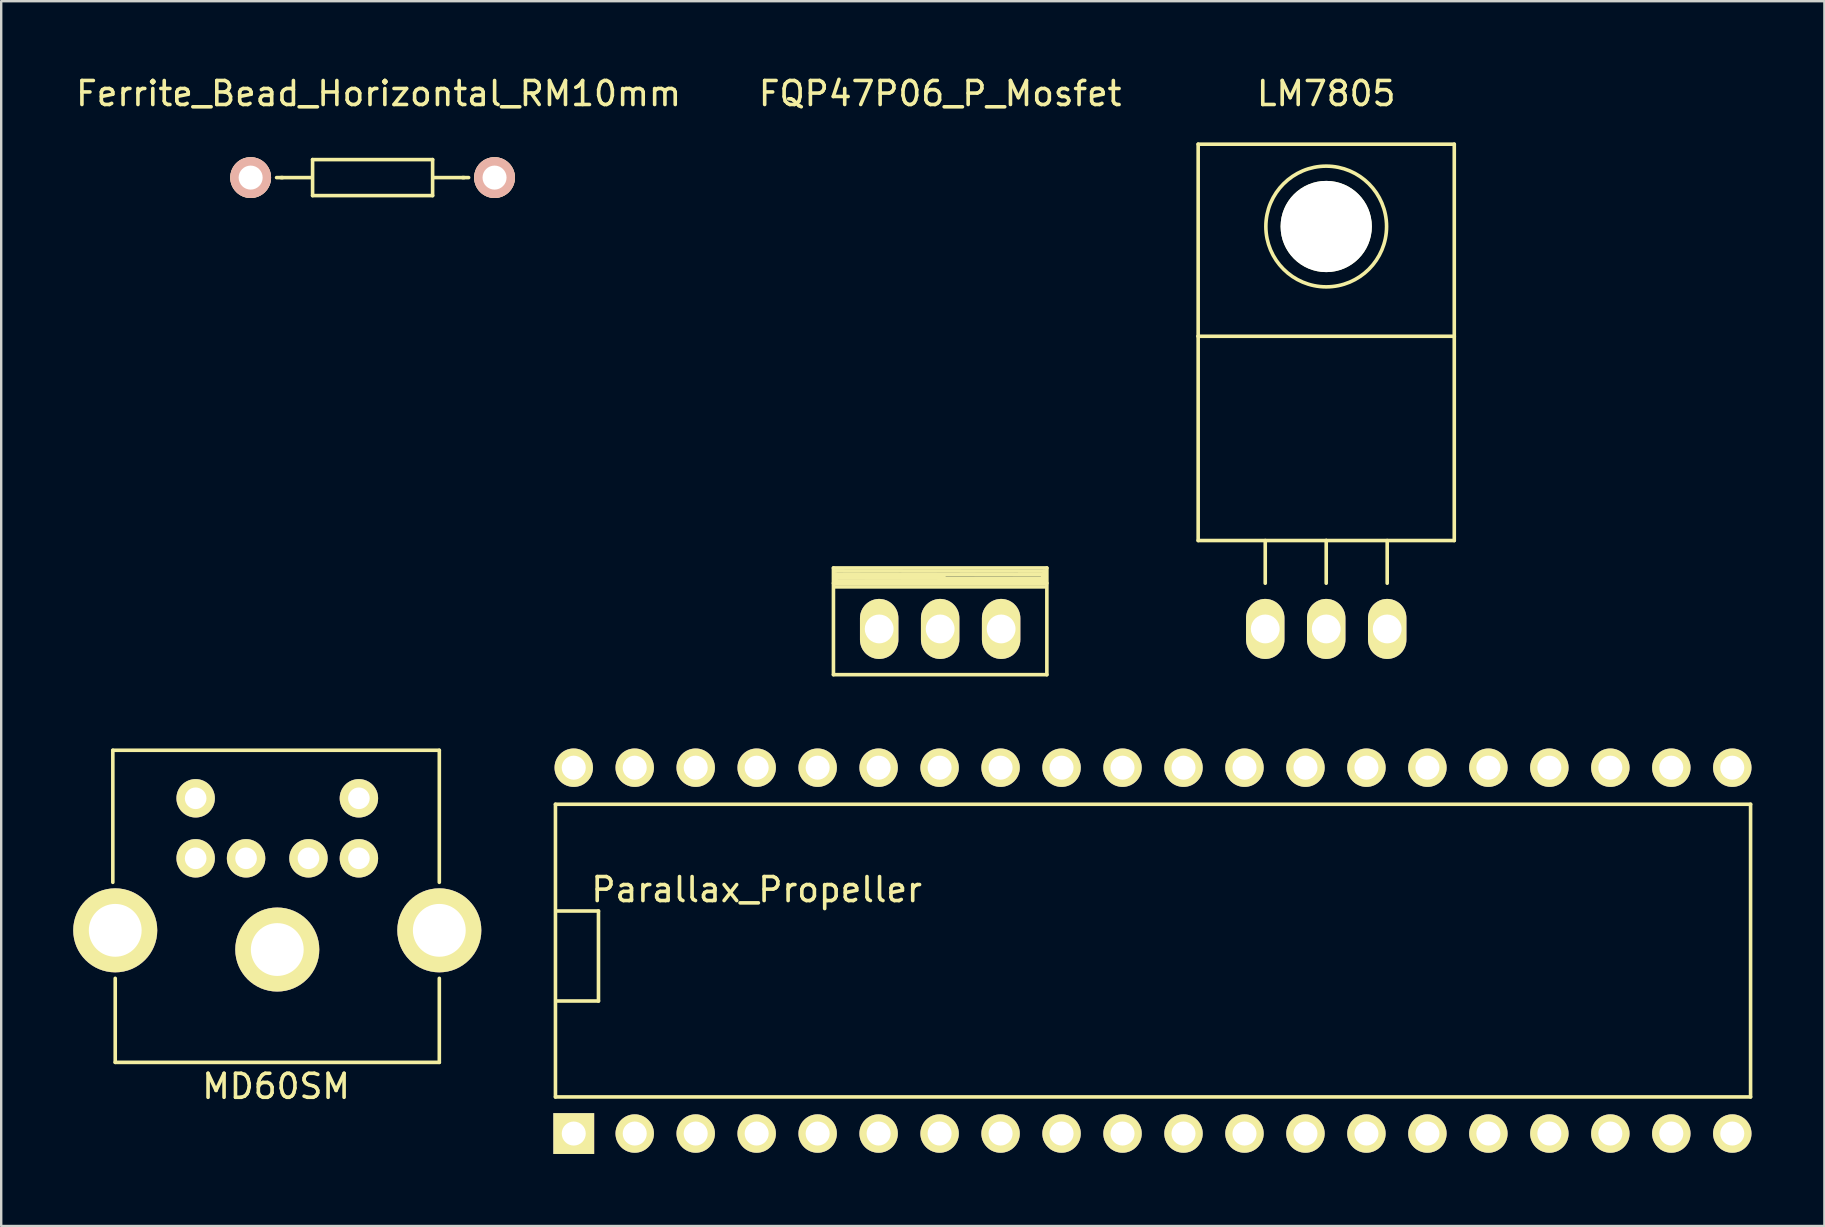
<source format=kicad_pcb>
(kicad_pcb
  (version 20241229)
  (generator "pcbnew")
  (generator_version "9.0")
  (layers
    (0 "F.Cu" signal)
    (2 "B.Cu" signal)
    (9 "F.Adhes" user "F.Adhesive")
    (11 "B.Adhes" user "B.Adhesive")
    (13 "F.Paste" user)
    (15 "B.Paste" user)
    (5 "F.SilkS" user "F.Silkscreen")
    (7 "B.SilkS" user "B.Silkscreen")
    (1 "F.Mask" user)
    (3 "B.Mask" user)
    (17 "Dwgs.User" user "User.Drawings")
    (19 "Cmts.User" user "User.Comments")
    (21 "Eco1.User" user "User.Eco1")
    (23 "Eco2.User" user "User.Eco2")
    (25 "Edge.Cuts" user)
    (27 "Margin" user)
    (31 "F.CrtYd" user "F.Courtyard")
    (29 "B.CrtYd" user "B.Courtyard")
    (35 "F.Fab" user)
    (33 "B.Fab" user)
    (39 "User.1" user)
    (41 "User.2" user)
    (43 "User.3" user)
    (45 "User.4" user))
  (footprint "Ferrite_Bead_Horizontal_RM10mm"
    (layer "F.Cu")
    (at 12.471 4.348)
    (property "Reference" "Ferrite_Bead_Horizontal_RM10mm" (at 0.249 -3.5 0) (layer "F.SilkS") (effects (font (size 1 1) (thickness 0.15))))
    (attr through_hole)
    (fp_line (start -3.75 0) (end -4 0) (stroke (width 0.15) (type solid)) (layer "F.SilkS"))
    (fp_line (start -2.54 0) (end -3.81 0) (stroke (width 0.15) (type solid)) (layer "F.SilkS"))
    (fp_line (start -2.5 -0.75) (end -2.5 0.75) (stroke (width 0.15) (type solid)) (layer "F.SilkS"))
    (fp_line (start -2.5 0.75) (end 2.5 0.75) (stroke (width 0.15) (type solid)) (layer "F.SilkS"))
    (fp_line (start 2.5 -0.75) (end -2.5 -0.75) (stroke (width 0.15) (type solid)) (layer "F.SilkS"))
    (fp_line (start 2.5 0.75) (end 2.5 -0.75) (stroke (width 0.15) (type solid)) (layer "F.SilkS"))
    (fp_line (start 2.54 0) (end 3.81 0) (stroke (width 0.15) (type solid)) (layer "F.SilkS"))
    (fp_line (start 3.75 0) (end 4 0) (stroke (width 0.15) (type solid)) (layer "F.SilkS"))
    (pad "1" thru_hole circle (at -5.08 0) (size 1.7 1.7) (drill 1) (layers "*.Cu" "*.SilkS" "*.Mask"))
    (pad "2" thru_hole circle (at 5.08 0) (size 1.7 1.7) (drill 1) (layers "*.Cu" "*.SilkS" "*.Mask")))
  (footprint "MD60SM"
    (layer "F.Cu")
    (at 8.45 35.704)
    (property "Reference" "MD60SM" (at 0 6.5 0) (layer "F.SilkS") (effects (font (size 1 1) (thickness 0.15))))
    (attr through_hole)
    (fp_line (start -6.8 -7.5) (end 6.8 -7.5) (stroke (width 0.15) (type solid)) (layer "F.SilkS"))
    (fp_line (start -6.8 -2) (end -6.8 -7.5) (stroke (width 0.15) (type solid)) (layer "F.SilkS"))
    (fp_line (start -6.7 5.5) (end -6.7 2) (stroke (width 0.15) (type solid)) (layer "F.SilkS"))
    (fp_line (start -6.7 5.5) (end 6.8 5.5) (stroke (width 0.15) (type solid)) (layer "F.SilkS"))
    (fp_line (start 6.8 -2) (end 6.8 -7.5) (stroke (width 0.15) (type solid)) (layer "F.SilkS"))
    (fp_line (start 6.8 5.5) (end 6.8 2) (stroke (width 0.15) (type solid)) (layer "F.SilkS"))
    (pad "" thru_hole circle (at -6.7 0) (size 3.5 3.5) (drill 2.2) (layers "*.Cu" "*.Mask" "F.SilkS"))
    (pad "" thru_hole circle (at 0.05 0.8) (size 3.5 3.5) (drill 2.2) (layers "*.Cu" "*.Mask" "F.SilkS"))
    (pad "" thru_hole circle (at 6.8 0) (size 3.5 3.5) (drill 2.2) (layers "*.Cu" "*.Mask" "F.SilkS"))
    (pad "1" thru_hole circle (at 1.35 -3) (size 1.6 1.6) (drill 0.9) (layers "*.Cu" "*.Mask" "F.SilkS"))
    (pad "2" thru_hole circle (at -1.25 -3) (size 1.6 1.6) (drill 0.9) (layers "*.Cu" "*.Mask" "F.SilkS"))
    (pad "3" thru_hole circle (at 3.45 -3) (size 1.6 1.6) (drill 0.9) (layers "*.Cu" "*.Mask" "F.SilkS"))
    (pad "4" thru_hole circle (at -3.35 -3) (size 1.6 1.6) (drill 0.9) (layers "*.Cu" "*.Mask" "F.SilkS"))
    (pad "5" thru_hole circle (at 3.45 -5.5) (size 1.6 1.6) (drill 0.9) (layers "*.Cu" "*.Mask" "F.SilkS"))
    (pad "6" thru_hole circle (at -3.35 -5.5) (size 1.6 1.6) (drill 0.9) (layers "*.Cu" "*.Mask" "F.SilkS")))
  (footprint "FQP47P06_P_Mosfet"
    (layer "F.Cu")
    (at 36.113 23.149)
    (property "Reference" "FQP47P06_P_Mosfet" (at 0 -22.301 0) (layer "F.SilkS") (effects (font (size 1 1) (thickness 0.15))))
    (attr through_hole)
    (fp_line (start -4.445 -2.54) (end -4.445 1.905) (stroke (width 0.15) (type solid)) (layer "F.SilkS"))
    (fp_line (start -4.445 -1.905) (end 4.445 -1.905) (stroke (width 0.15) (type solid)) (layer "F.SilkS"))
    (fp_line (start -4.445 1.905) (end 4.445 1.905) (stroke (width 0.15) (type solid)) (layer "F.SilkS"))
    (fp_line (start -4.379 -1.753) (end 4.359 -1.753) (stroke (width 0.15) (type solid)) (layer "F.SilkS"))
    (fp_line (start -4.359 -2.418) (end 4.328 -2.408) (stroke (width 0.15) (type solid)) (layer "F.SilkS"))
    (fp_line (start -4.348 -2.286) (end 4.282 -2.271) (stroke (width 0.15) (type solid)) (layer "F.SilkS"))
    (fp_line (start -4.333 -1.996) (end -4.348 -2.286) (stroke (width 0.15) (type solid)) (layer "F.SilkS"))
    (fp_line (start -4.277 -2.215) (end 0.168 -2.225) (stroke (width 0.15) (type solid)) (layer "F.SilkS"))
    (fp_line (start 4.267 -2.118) (end -4.272 -2.118) (stroke (width 0.15) (type solid)) (layer "F.SilkS"))
    (fp_line (start 4.282 -2.271) (end 4.267 -2.118) (stroke (width 0.15) (type solid)) (layer "F.SilkS"))
    (fp_line (start 4.328 -2.408) (end 4.359 -2.012) (stroke (width 0.15) (type solid)) (layer "F.SilkS"))
    (fp_line (start 4.359 -2.012) (end -4.333 -1.996) (stroke (width 0.15) (type solid)) (layer "F.SilkS"))
    (fp_line (start 4.445 -2.54) (end -4.445 -2.54) (stroke (width 0.15) (type solid)) (layer "F.SilkS"))
    (fp_line (start 4.445 1.905) (end 4.445 -2.54) (stroke (width 0.15) (type solid)) (layer "F.SilkS"))
    (pad "1" thru_hole oval (at -2.54 0 90) (size 2.5 1.6) (drill 1.2) (layers "*.Cu" "*.Mask" "F.SilkS"))
    (pad "2" thru_hole oval (at 0 0 90) (size 2.5 1.6) (drill 1.2) (layers "*.Cu" "*.Mask" "F.SilkS"))
    (pad "3" thru_hole oval (at 2.54 0 90) (size 2.5 1.6) (drill 1.2) (layers "*.Cu" "*.Mask" "F.SilkS")))
  (footprint "Parallax_Propeller"
    (layer "F.Cu")
    (at 20.88 44.149)
    (property "Reference" "Parallax_Propeller" (at 7.59 -10.14 0) (layer "F.SilkS") (effects (font (size 1 1) (thickness 0.15))))
    (attr through_hole)
    (fp_line (start -0.792 -13.696) (end 48.992 -13.696) (stroke (width 0.15) (type solid)) (layer "F.SilkS"))
    (fp_line (start -0.792 -1.504) (end -0.792 -13.696) (stroke (width 0.15) (type solid)) (layer "F.SilkS"))
    (fp_line (start -0.75 -9.25) (end 1 -9.25) (stroke (width 0.15) (type solid)) (layer "F.SilkS"))
    (fp_line (start 1 -9.25) (end 1 -5.5) (stroke (width 0.15) (type solid)) (layer "F.SilkS"))
    (fp_line (start 1 -5.5) (end -0.75 -5.5) (stroke (width 0.15) (type solid)) (layer "F.SilkS"))
    (fp_line (start 48.992 -13.696) (end 48.992 -1.504) (stroke (width 0.15) (type solid)) (layer "F.SilkS"))
    (fp_line (start 48.992 -1.504) (end -0.792 -1.504) (stroke (width 0.15) (type solid)) (layer "F.SilkS"))
    (pad "1" thru_hole rect (at -0.03 0.02) (size 1.7 1.7) (drill 1) (layers "*.Cu" "*.Mask" "F.SilkS"))
    (pad "2" thru_hole circle (at 2.51 0.02) (size 1.6 1.6) (drill 1) (layers "*.Cu" "*.Mask" "F.SilkS"))
    (pad "3" thru_hole circle (at 5.05 0.02) (size 1.6 1.6) (drill 1) (layers "*.Cu" "*.Mask" "F.SilkS"))
    (pad "4" thru_hole circle (at 7.59 0.02) (size 1.6 1.6) (drill 1) (layers "*.Cu" "*.Mask" "F.SilkS"))
    (pad "5" thru_hole circle (at 10.13 0.02) (size 1.6 1.6) (drill 1) (layers "*.Cu" "*.Mask" "F.SilkS"))
    (pad "6" thru_hole circle (at 12.67 0.02) (size 1.6 1.6) (drill 1) (layers "*.Cu" "*.Mask" "F.SilkS"))
    (pad "7" thru_hole circle (at 15.21 0.02) (size 1.6 1.6) (drill 1) (layers "*.Cu" "*.Mask" "F.SilkS"))
    (pad "8" thru_hole circle (at 17.75 0.02) (size 1.6 1.6) (drill 1) (layers "*.Cu" "*.Mask" "F.SilkS"))
    (pad "9" thru_hole circle (at 20.29 0.02) (size 1.6 1.6) (drill 1) (layers "*.Cu" "*.Mask" "F.SilkS"))
    (pad "10" thru_hole circle (at 22.83 0.02) (size 1.6 1.6) (drill 1) (layers "*.Cu" "*.Mask" "F.SilkS"))
    (pad "11" thru_hole circle (at 25.37 0.02) (size 1.6 1.6) (drill 1) (layers "*.Cu" "*.Mask" "F.SilkS"))
    (pad "12" thru_hole circle (at 27.91 0.02) (size 1.6 1.6) (drill 1) (layers "*.Cu" "*.Mask" "F.SilkS"))
    (pad "13" thru_hole circle (at 30.45 0.02) (size 1.6 1.6) (drill 1) (layers "*.Cu" "*.Mask" "F.SilkS"))
    (pad "14" thru_hole circle (at 32.99 0.02) (size 1.6 1.6) (drill 1) (layers "*.Cu" "*.Mask" "F.SilkS"))
    (pad "15" thru_hole circle (at 35.53 0.02) (size 1.6 1.6) (drill 1) (layers "*.Cu" "*.Mask" "F.SilkS"))
    (pad "16" thru_hole circle (at 38.07 0.02) (size 1.6 1.6) (drill 1) (layers "*.Cu" "*.Mask" "F.SilkS"))
    (pad "17" thru_hole circle (at 40.61 0.02) (size 1.6 1.6) (drill 1) (layers "*.Cu" "*.Mask" "F.SilkS"))
    (pad "18" thru_hole circle (at 43.15 0.02) (size 1.6 1.6) (drill 1) (layers "*.Cu" "*.Mask" "F.SilkS"))
    (pad "19" thru_hole circle (at 45.69 0.02) (size 1.6 1.6) (drill 1) (layers "*.Cu" "*.Mask" "F.SilkS"))
    (pad "20" thru_hole circle (at 48.23 0.02) (size 1.6 1.6) (drill 1) (layers "*.Cu" "*.Mask" "F.SilkS"))
    (pad "21" thru_hole circle (at 48.23 -15.22) (size 1.6 1.6) (drill 1) (layers "*.Cu" "*.Mask" "F.SilkS"))
    (pad "22" thru_hole circle (at 45.69 -15.22) (size 1.6 1.6) (drill 1) (layers "*.Cu" "*.Mask" "F.SilkS"))
    (pad "23" thru_hole circle (at 43.15 -15.22) (size 1.6 1.6) (drill 1) (layers "*.Cu" "*.Mask" "F.SilkS"))
    (pad "24" thru_hole circle (at 40.61 -15.22) (size 1.6 1.6) (drill 1) (layers "*.Cu" "*.Mask" "F.SilkS"))
    (pad "25" thru_hole circle (at 38.07 -15.22) (size 1.6 1.6) (drill 1) (layers "*.Cu" "*.Mask" "F.SilkS"))
    (pad "26" thru_hole circle (at 35.53 -15.22) (size 1.6 1.6) (drill 1) (layers "*.Cu" "*.Mask" "F.SilkS"))
    (pad "27" thru_hole circle (at 32.99 -15.22) (size 1.6 1.6) (drill 1) (layers "*.Cu" "*.Mask" "F.SilkS"))
    (pad "28" thru_hole circle (at 30.45 -15.22) (size 1.6 1.6) (drill 1) (layers "*.Cu" "*.Mask" "F.SilkS"))
    (pad "29" thru_hole circle (at 27.91 -15.22) (size 1.6 1.6) (drill 1) (layers "*.Cu" "*.Mask" "F.SilkS"))
    (pad "30" thru_hole circle (at 25.37 -15.22) (size 1.6 1.6) (drill 1) (layers "*.Cu" "*.Mask" "F.SilkS"))
    (pad "31" thru_hole circle (at 22.83 -15.22) (size 1.6 1.6) (drill 1) (layers "*.Cu" "*.Mask" "F.SilkS"))
    (pad "32" thru_hole circle (at 20.29 -15.22) (size 1.6 1.6) (drill 1) (layers "*.Cu" "*.Mask" "F.SilkS"))
    (pad "33" thru_hole circle (at 17.75 -15.22) (size 1.6 1.6) (drill 1) (layers "*.Cu" "*.Mask" "F.SilkS"))
    (pad "34" thru_hole circle (at 15.21 -15.22) (size 1.6 1.6) (drill 1) (layers "*.Cu" "*.Mask" "F.SilkS"))
    (pad "35" thru_hole circle (at 12.67 -15.22) (size 1.6 1.6) (drill 1) (layers "*.Cu" "*.Mask" "F.SilkS"))
    (pad "36" thru_hole circle (at 10.13 -15.22) (size 1.6 1.6) (drill 1) (layers "*.Cu" "*.Mask" "F.SilkS"))
    (pad "37" thru_hole circle (at 7.59 -15.22) (size 1.6 1.6) (drill 1) (layers "*.Cu" "*.Mask" "F.SilkS"))
    (pad "38" thru_hole circle (at 5.05 -15.22) (size 1.6 1.6) (drill 1) (layers "*.Cu" "*.Mask" "F.SilkS"))
    (pad "39" thru_hole circle (at 2.51 -15.22) (size 1.6 1.6) (drill 1) (layers "*.Cu" "*.Mask" "F.SilkS"))
    (pad "40" thru_hole circle (at -0.03 -15.22) (size 1.6 1.6) (drill 1) (layers "*.Cu" "*.Mask" "F.SilkS")))
  (footprint "LM7805"
    (layer "F.Cu")
    (at 52.195 23.149)
    (property "Reference" "LM7805" (at 0 -22.301 0) (layer "F.SilkS") (effects (font (size 1 1) (thickness 0.15))))
    (attr through_hole)
    (fp_line (start -5.334 -20.193) (end -5.334 -12.192) (stroke (width 0.15) (type solid)) (layer "F.SilkS"))
    (fp_line (start -5.334 -12.192) (end -5.334 -3.683) (stroke (width 0.15) (type solid)) (layer "F.SilkS"))
    (fp_line (start -2.54 -3.683) (end -2.54 -1.905) (stroke (width 0.15) (type solid)) (layer "F.SilkS"))
    (fp_line (start 0 -3.683) (end -5.334 -3.683) (stroke (width 0.15) (type solid)) (layer "F.SilkS"))
    (fp_line (start 0 -3.683) (end 0 -1.905) (stroke (width 0.15) (type solid)) (layer "F.SilkS"))
    (fp_line (start 0 -3.683) (end 5.334 -3.683) (stroke (width 0.15) (type solid)) (layer "F.SilkS"))
    (fp_line (start 2.54 -3.683) (end 2.54 -1.905) (stroke (width 0.15) (type solid)) (layer "F.SilkS"))
    (fp_line (start 5.334 -20.193) (end -5.334 -20.193) (stroke (width 0.15) (type solid)) (layer "F.SilkS"))
    (fp_line (start 5.334 -12.192) (end -5.334 -12.192) (stroke (width 0.15) (type solid)) (layer "F.SilkS"))
    (fp_line (start 5.334 -12.192) (end 5.334 -20.193) (stroke (width 0.15) (type solid)) (layer "F.SilkS"))
    (fp_line (start 5.334 -3.683) (end 5.334 -12.192) (stroke (width 0.15) (type solid)) (layer "F.SilkS"))
    (fp_circle (center 0 -16.764) (end 1.778 -14.986) (stroke (width 0.15) (type solid)) (fill no) (layer "F.SilkS"))
    (pad "" np_thru_hole circle (at 0 -16.764 90) (size 3.8 3.8) (drill 3.8) (layers "*.Cu" "*.Mask" "F.SilkS"))
    (pad "1" thru_hole oval (at -2.54 0 90) (size 2.5 1.6) (drill 1.2) (layers "*.Cu" "*.Mask" "F.SilkS"))
    (pad "2" thru_hole oval (at 0 0 90) (size 2.5 1.6) (drill 1.2) (layers "*.Cu" "*.Mask" "F.SilkS"))
    (pad "3" thru_hole oval (at 2.54 0 90) (size 2.5 1.6) (drill 1.2) (layers "*.Cu" "*.Mask" "F.SilkS")))
  (gr_rect
    (start -3 -3)
    (end 72.947 48.019)
    (stroke (width 0.1) (type default))
    (fill no)
    (layer "Edge.Cuts")))
</source>
